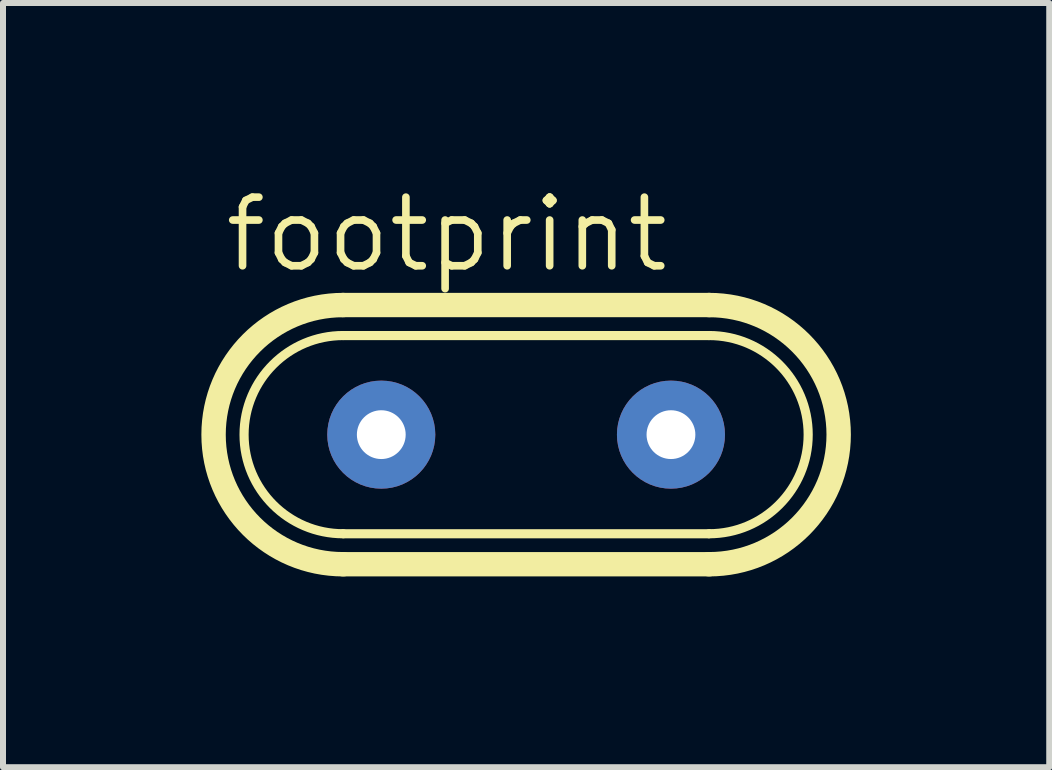
<source format=kicad_pcb>
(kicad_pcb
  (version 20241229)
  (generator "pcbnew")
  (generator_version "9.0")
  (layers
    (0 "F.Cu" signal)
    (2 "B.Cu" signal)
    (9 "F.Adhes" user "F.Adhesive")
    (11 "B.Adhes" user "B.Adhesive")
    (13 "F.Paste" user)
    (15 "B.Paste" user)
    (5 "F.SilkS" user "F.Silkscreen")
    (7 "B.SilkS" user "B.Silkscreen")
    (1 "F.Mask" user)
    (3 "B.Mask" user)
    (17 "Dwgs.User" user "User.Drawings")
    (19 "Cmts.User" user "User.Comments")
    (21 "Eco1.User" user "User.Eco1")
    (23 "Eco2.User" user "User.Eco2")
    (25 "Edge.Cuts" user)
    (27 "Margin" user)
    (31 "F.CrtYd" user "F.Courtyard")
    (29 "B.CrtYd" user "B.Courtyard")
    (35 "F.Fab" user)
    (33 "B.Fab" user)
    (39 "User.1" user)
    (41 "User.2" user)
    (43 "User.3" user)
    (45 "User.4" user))
  (footprint "footprint"
    (layer "F.Cu")
    (at 5.715 4.191)
    (property "Reference" "footprint" (at -5.08 -2.667 0) (layer "F.SilkS") (effects (font (size 1.143 1.143) (thickness 0.127)) (justify left bottom)))
    (fp_line (start -3.048 -2.159) (end 3.048 -2.159) (stroke (width 0.406) (type solid)) (layer "F.SilkS"))
    (fp_line (start -3.048 1.651) (end 3.048 1.651) (stroke (width 0.152) (type solid)) (layer "F.SilkS"))
    (fp_line (start -3.048 2.159) (end 3.048 2.159) (stroke (width 0.406) (type solid)) (layer "F.SilkS"))
    (fp_line (start 3.048 -1.651) (end -3.048 -1.651) (stroke (width 0.152) (type solid)) (layer "F.SilkS"))
    (fp_arc (start -3.048 1.651) (mid -4.699 0) (end -3.048 -1.651) (stroke (width 0.1524) (type solid)) (layer "F.SilkS"))
    (fp_arc (start -3.048 2.159) (mid -5.207 0) (end -3.048 -2.159) (stroke (width 0.4064) (type solid)) (layer "F.SilkS"))
    (fp_arc (start 3.048 -2.159) (mid 5.207 0) (end 3.048 2.159) (stroke (width 0.4064) (type solid)) (layer "F.SilkS"))
    (fp_arc (start 3.048 -1.651) (mid 4.699 0) (end 3.048 1.651) (stroke (width 0.1524) (type solid)) (layer "F.SilkS"))
    (pad "1" thru_hole circle (at -2.413 0) (size 1.8 1.8) (drill 0.813) (layers "*.Cu" "*.Mask"))
    (pad "2" thru_hole circle (at 2.413 0) (size 1.8 1.8) (drill 0.813) (layers "*.Cu" "*.Mask"))
    (zone (net_name "") (layers "F.Cu" "B.Cu") (hatch edge 0.508) (connect_pads) (min_thickness 0.254) (filled_areas_thickness no) (keepout (tracks allowed) (vias not_allowed) (pads allowed) (copperpour allowed) (footprints allowed)) (placement (enabled no)) (fill) (polygon (pts (xy 0 5.461) (xy 0.635 5.461) (xy 0.635 2.921) (xy 0 2.921))))
    (zone (net_name "") (layers "F.Cu" "B.Cu") (hatch edge 0.508) (connect_pads) (min_thickness 0.254) (filled_areas_thickness no) (keepout (tracks allowed) (vias not_allowed) (pads allowed) (copperpour allowed) (footprints allowed)) (placement (enabled no)) (fill) (polygon (pts (xy 0.635 6.096) (xy 1.27 6.096) (xy 1.27 2.286) (xy 0.635 2.286))))
    (zone (net_name "") (layers "F.Cu" "B.Cu") (hatch edge 0.508) (connect_pads) (min_thickness 0.254) (filled_areas_thickness no) (keepout (tracks allowed) (vias not_allowed) (pads allowed) (copperpour allowed) (footprints allowed)) (placement (enabled no)) (fill) (polygon (pts (xy 1.27 6.731) (xy 10.16 6.731) (xy 10.16 1.651) (xy 1.27 1.651))))
    (zone (net_name "") (layers "F.Cu" "B.Cu") (hatch edge 0.508) (connect_pads) (min_thickness 0.254) (filled_areas_thickness no) (keepout (tracks allowed) (vias not_allowed) (pads allowed) (copperpour allowed) (footprints allowed)) (placement (enabled no)) (fill) (polygon (pts (xy 10.16 6.096) (xy 10.795 6.096) (xy 10.795 2.286) (xy 10.16 2.286))))
    (zone (net_name "") (layers "F.Cu" "B.Cu") (hatch edge 0.508) (connect_pads) (min_thickness 0.254) (filled_areas_thickness no) (keepout (tracks allowed) (vias not_allowed) (pads allowed) (copperpour allowed) (footprints allowed)) (placement (enabled no)) (fill) (polygon (pts (xy 10.795 5.461) (xy 11.43 5.461) (xy 11.43 2.921) (xy 10.795 2.921)))))
  (gr_rect
    (start -3 -3)
    (end 14.43 9.731)
    (stroke (width 0.1) (type default))
    (fill no)
    (layer "Edge.Cuts")))
</source>
